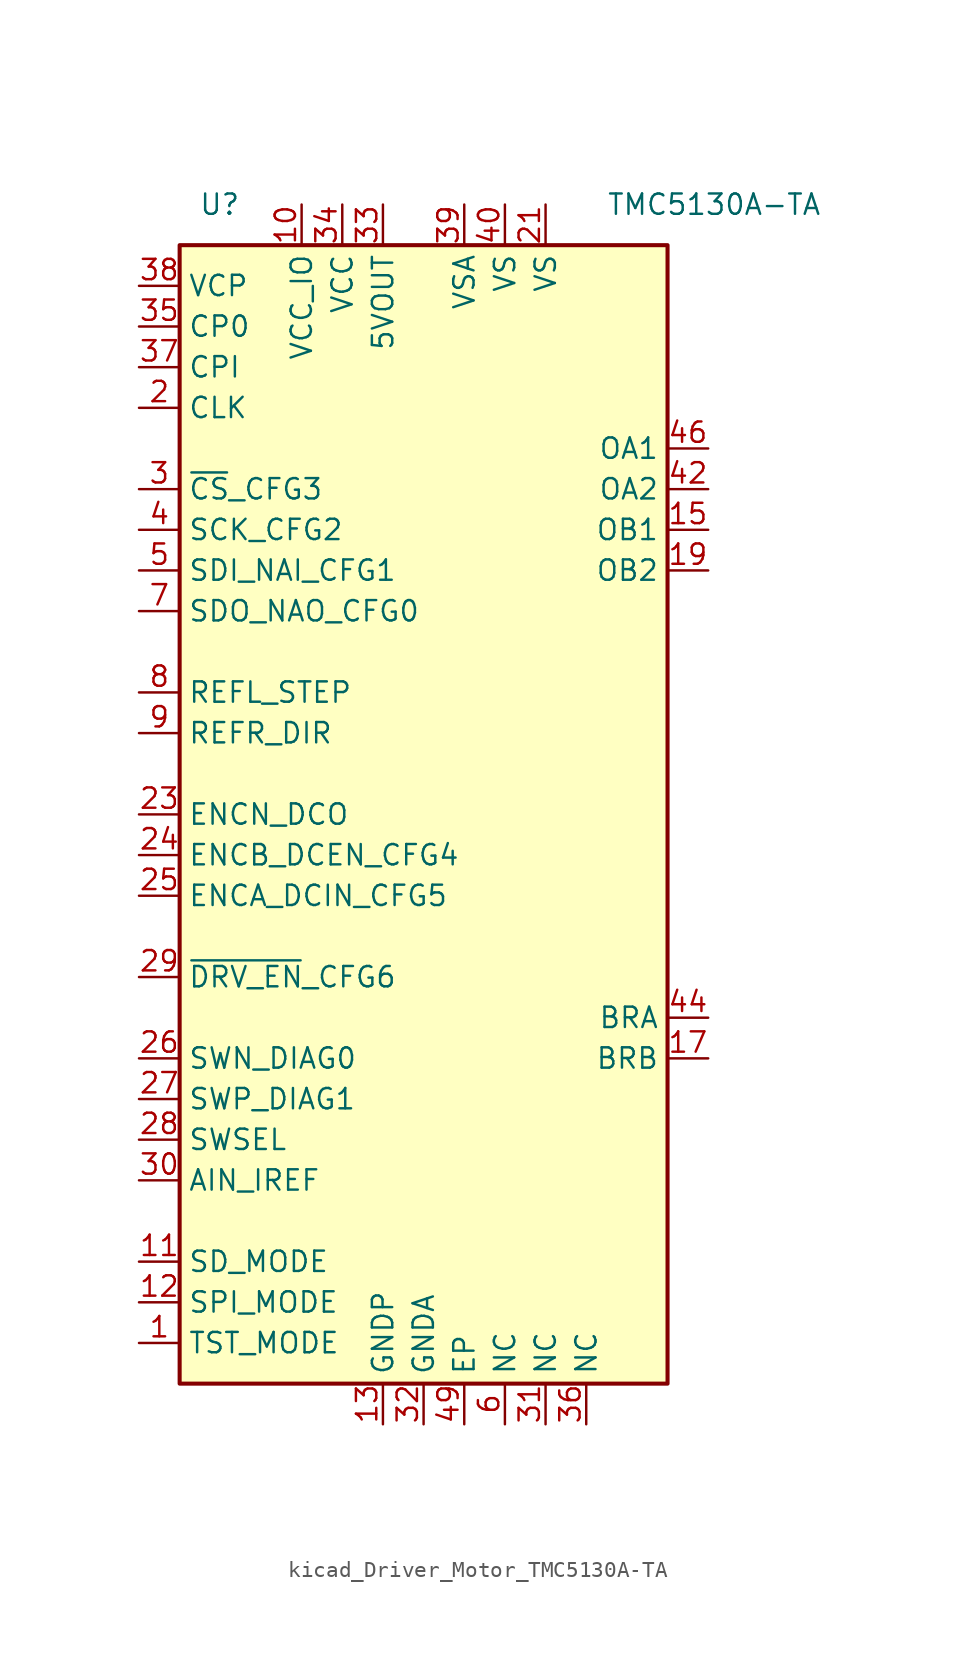
<source format=kicad_sym>
(kicad_symbol_lib
  (version 20220914)
  (generator kicad_symbol_editor)
  (symbol "kicad_Driver_Motor_TMC5130A-TA"
    (property "Reference" "U"
      (at -11.43 38.1 0)
      (effects (font (size 1.27 1.27)) (justify right)))
    (property "Value" "TMC5130A-TA"
      (at 11.43 38.1 0)
      (effects (font (size 1.27 1.27)) (justify left)))
    (symbol "kicad_Driver_Motor_TMC5130A-TA_0_1"
      (rectangle (start -15.24 35.56) (end 15.24 -35.56) (stroke (width 0.254) (type default)) (fill (type background))))
    (symbol "kicad_Driver_Motor_TMC5130A-TA_1_1"
      (pin input line (at -17.78 -33.02 0) (length 2.54) (name "TST_MODE" (effects (font (size 1.27 1.27)))) (number "1" (effects (font (size 1.27 1.27)))))
      (pin power_in line (at -7.62 38.1 270) (length 2.54) (name "VCC_IO" (effects (font (size 1.27 1.27)))) (number "10" (effects (font (size 1.27 1.27)))))
      (pin input line (at -17.78 -27.94 0) (length 2.54) (name "SD_MODE" (effects (font (size 1.27 1.27)))) (number "11" (effects (font (size 1.27 1.27)))))
      (pin input line (at -17.78 -30.48 0) (length 2.54) (name "SPI_MODE" (effects (font (size 1.27 1.27)))) (number "12" (effects (font (size 1.27 1.27)))))
      (pin power_in line (at -2.54 -38.1 90) (length 2.54) (name "GNDP" (effects (font (size 1.27 1.27)))) (number "13" (effects (font (size 1.27 1.27)))))
      (pin no_connect line (at 15.24 12.7 180) (length 2.54) hide (name "DNC" (effects (font (size 1.27 1.27)))) (number "14" (effects (font (size 1.27 1.27)))))
      (pin output line (at 17.78 17.78 180) (length 2.54) (name "OB1" (effects (font (size 1.27 1.27)))) (number "15" (effects (font (size 1.27 1.27)))))
      (pin no_connect line (at 15.24 10.16 180) (length 2.54) hide (name "DNC" (effects (font (size 1.27 1.27)))) (number "16" (effects (font (size 1.27 1.27)))))
      (pin passive line (at 17.78 -15.24 180) (length 2.54) (name "BRB" (effects (font (size 1.27 1.27)))) (number "17" (effects (font (size 1.27 1.27)))))
      (pin no_connect line (at 15.24 7.62 180) (length 2.54) hide (name "DNC" (effects (font (size 1.27 1.27)))) (number "18" (effects (font (size 1.27 1.27)))))
      (pin output line (at 17.78 15.24 180) (length 2.54) (name "OB2" (effects (font (size 1.27 1.27)))) (number "19" (effects (font (size 1.27 1.27)))))
      (pin input line (at -17.78 25.4 0) (length 2.54) (name "CLK" (effects (font (size 1.27 1.27)))) (number "2" (effects (font (size 1.27 1.27)))))
      (pin no_connect line (at 15.24 5.08 180) (length 2.54) hide (name "DNC" (effects (font (size 1.27 1.27)))) (number "20" (effects (font (size 1.27 1.27)))))
      (pin power_in line (at 7.62 38.1 270) (length 2.54) (name "VS" (effects (font (size 1.27 1.27)))) (number "21" (effects (font (size 1.27 1.27)))))
      (pin no_connect line (at 15.24 2.54 180) (length 2.54) hide (name "DNC" (effects (font (size 1.27 1.27)))) (number "22" (effects (font (size 1.27 1.27)))))
      (pin bidirectional line (at -17.78 0 0) (length 2.54) (name "ENCN_DCO" (effects (font (size 1.27 1.27)))) (number "23" (effects (font (size 1.27 1.27)))))
      (pin input line (at -17.78 -2.54 0) (length 2.54) (name "ENCB_DCEN_CFG4" (effects (font (size 1.27 1.27)))) (number "24" (effects (font (size 1.27 1.27)))))
      (pin input line (at -17.78 -5.08 0) (length 2.54) (name "ENCA_DCIN_CFG5" (effects (font (size 1.27 1.27)))) (number "25" (effects (font (size 1.27 1.27)))))
      (pin bidirectional line (at -17.78 -15.24 0) (length 2.54) (name "SWN_DIAG0" (effects (font (size 1.27 1.27)))) (number "26" (effects (font (size 1.27 1.27)))))
      (pin bidirectional line (at -17.78 -17.78 0) (length 2.54) (name "SWP_DIAG1" (effects (font (size 1.27 1.27)))) (number "27" (effects (font (size 1.27 1.27)))))
      (pin input line (at -17.78 -20.32 0) (length 2.54) (name "SWSEL" (effects (font (size 1.27 1.27)))) (number "28" (effects (font (size 1.27 1.27)))))
      (pin input line (at -17.78 -10.16 0) (length 2.54) (name "~{DRV_EN}_CFG6" (effects (font (size 1.27 1.27)))) (number "29" (effects (font (size 1.27 1.27)))))
      (pin input line (at -17.78 20.32 0) (length 2.54) (name "~{CS}_CFG3" (effects (font (size 1.27 1.27)))) (number "3" (effects (font (size 1.27 1.27)))))
      (pin input line (at -17.78 -22.86 0) (length 2.54) (name "AIN_IREF" (effects (font (size 1.27 1.27)))) (number "30" (effects (font (size 1.27 1.27)))))
      (pin passive line (at 7.62 -38.1 90) (length 2.54) (name "NC" (effects (font (size 1.27 1.27)))) (number "31" (effects (font (size 1.27 1.27)))))
      (pin power_in line (at 0 -38.1 90) (length 2.54) (name "GNDA" (effects (font (size 1.27 1.27)))) (number "32" (effects (font (size 1.27 1.27)))))
      (pin power_out line (at -2.54 38.1 270) (length 2.54) (name "5VOUT" (effects (font (size 1.27 1.27)))) (number "33" (effects (font (size 1.27 1.27)))))
      (pin power_in line (at -5.08 38.1 270) (length 2.54) (name "VCC" (effects (font (size 1.27 1.27)))) (number "34" (effects (font (size 1.27 1.27)))))
      (pin passive line (at -17.78 30.48 0) (length 2.54) (name "CP0" (effects (font (size 1.27 1.27)))) (number "35" (effects (font (size 1.27 1.27)))))
      (pin passive line (at 10.16 -38.1 90) (length 2.54) (name "NC" (effects (font (size 1.27 1.27)))) (number "36" (effects (font (size 1.27 1.27)))))
      (pin passive line (at -17.78 27.94 0) (length 2.54) (name "CPI" (effects (font (size 1.27 1.27)))) (number "37" (effects (font (size 1.27 1.27)))))
      (pin passive line (at -17.78 33.02 0) (length 2.54) (name "VCP" (effects (font (size 1.27 1.27)))) (number "38" (effects (font (size 1.27 1.27)))))
      (pin power_in line (at 2.54 38.1 270) (length 2.54) (name "VSA" (effects (font (size 1.27 1.27)))) (number "39" (effects (font (size 1.27 1.27)))))
      (pin input line (at -17.78 17.78 0) (length 2.54) (name "SCK_CFG2" (effects (font (size 1.27 1.27)))) (number "4" (effects (font (size 1.27 1.27)))))
      (pin power_in line (at 5.08 38.1 270) (length 2.54) (name "VS" (effects (font (size 1.27 1.27)))) (number "40" (effects (font (size 1.27 1.27)))))
      (pin no_connect line (at 15.24 33.02 180) (length 2.54) hide (name "DNC" (effects (font (size 1.27 1.27)))) (number "41" (effects (font (size 1.27 1.27)))))
      (pin output line (at 17.78 20.32 180) (length 2.54) (name "OA2" (effects (font (size 1.27 1.27)))) (number "42" (effects (font (size 1.27 1.27)))))
      (pin no_connect line (at 15.24 30.48 180) (length 2.54) hide (name "DNC" (effects (font (size 1.27 1.27)))) (number "43" (effects (font (size 1.27 1.27)))))
      (pin passive line (at 17.78 -12.7 180) (length 2.54) (name "BRA" (effects (font (size 1.27 1.27)))) (number "44" (effects (font (size 1.27 1.27)))))
      (pin no_connect line (at 15.24 27.94 180) (length 2.54) hide (name "DNC" (effects (font (size 1.27 1.27)))) (number "45" (effects (font (size 1.27 1.27)))))
      (pin output line (at 17.78 22.86 180) (length 2.54) (name "OA1" (effects (font (size 1.27 1.27)))) (number "46" (effects (font (size 1.27 1.27)))))
      (pin no_connect line (at 15.24 25.4 180) (length 2.54) hide (name "DNC" (effects (font (size 1.27 1.27)))) (number "47" (effects (font (size 1.27 1.27)))))
      (pin passive line (at -2.54 -38.1 90) (length 2.54) hide (name "GNDP" (effects (font (size 1.27 1.27)))) (number "48" (effects (font (size 1.27 1.27)))))
      (pin power_in line (at 2.54 -38.1 90) (length 2.54) (name "EP" (effects (font (size 1.27 1.27)))) (number "49" (effects (font (size 1.27 1.27)))))
      (pin input line (at -17.78 15.24 0) (length 2.54) (name "SDI_NAI_CFG1" (effects (font (size 1.27 1.27)))) (number "5" (effects (font (size 1.27 1.27)))))
      (pin passive line (at 5.08 -38.1 90) (length 2.54) (name "NC" (effects (font (size 1.27 1.27)))) (number "6" (effects (font (size 1.27 1.27)))))
      (pin bidirectional line (at -17.78 12.7 0) (length 2.54) (name "SDO_NAO_CFG0" (effects (font (size 1.27 1.27)))) (number "7" (effects (font (size 1.27 1.27)))))
      (pin input line (at -17.78 7.62 0) (length 2.54) (name "REFL_STEP" (effects (font (size 1.27 1.27)))) (number "8" (effects (font (size 1.27 1.27)))))
      (pin input line (at -17.78 5.08 0) (length 2.54) (name "REFR_DIR" (effects (font (size 1.27 1.27)))) (number "9" (effects (font (size 1.27 1.27))))))))
</source>
